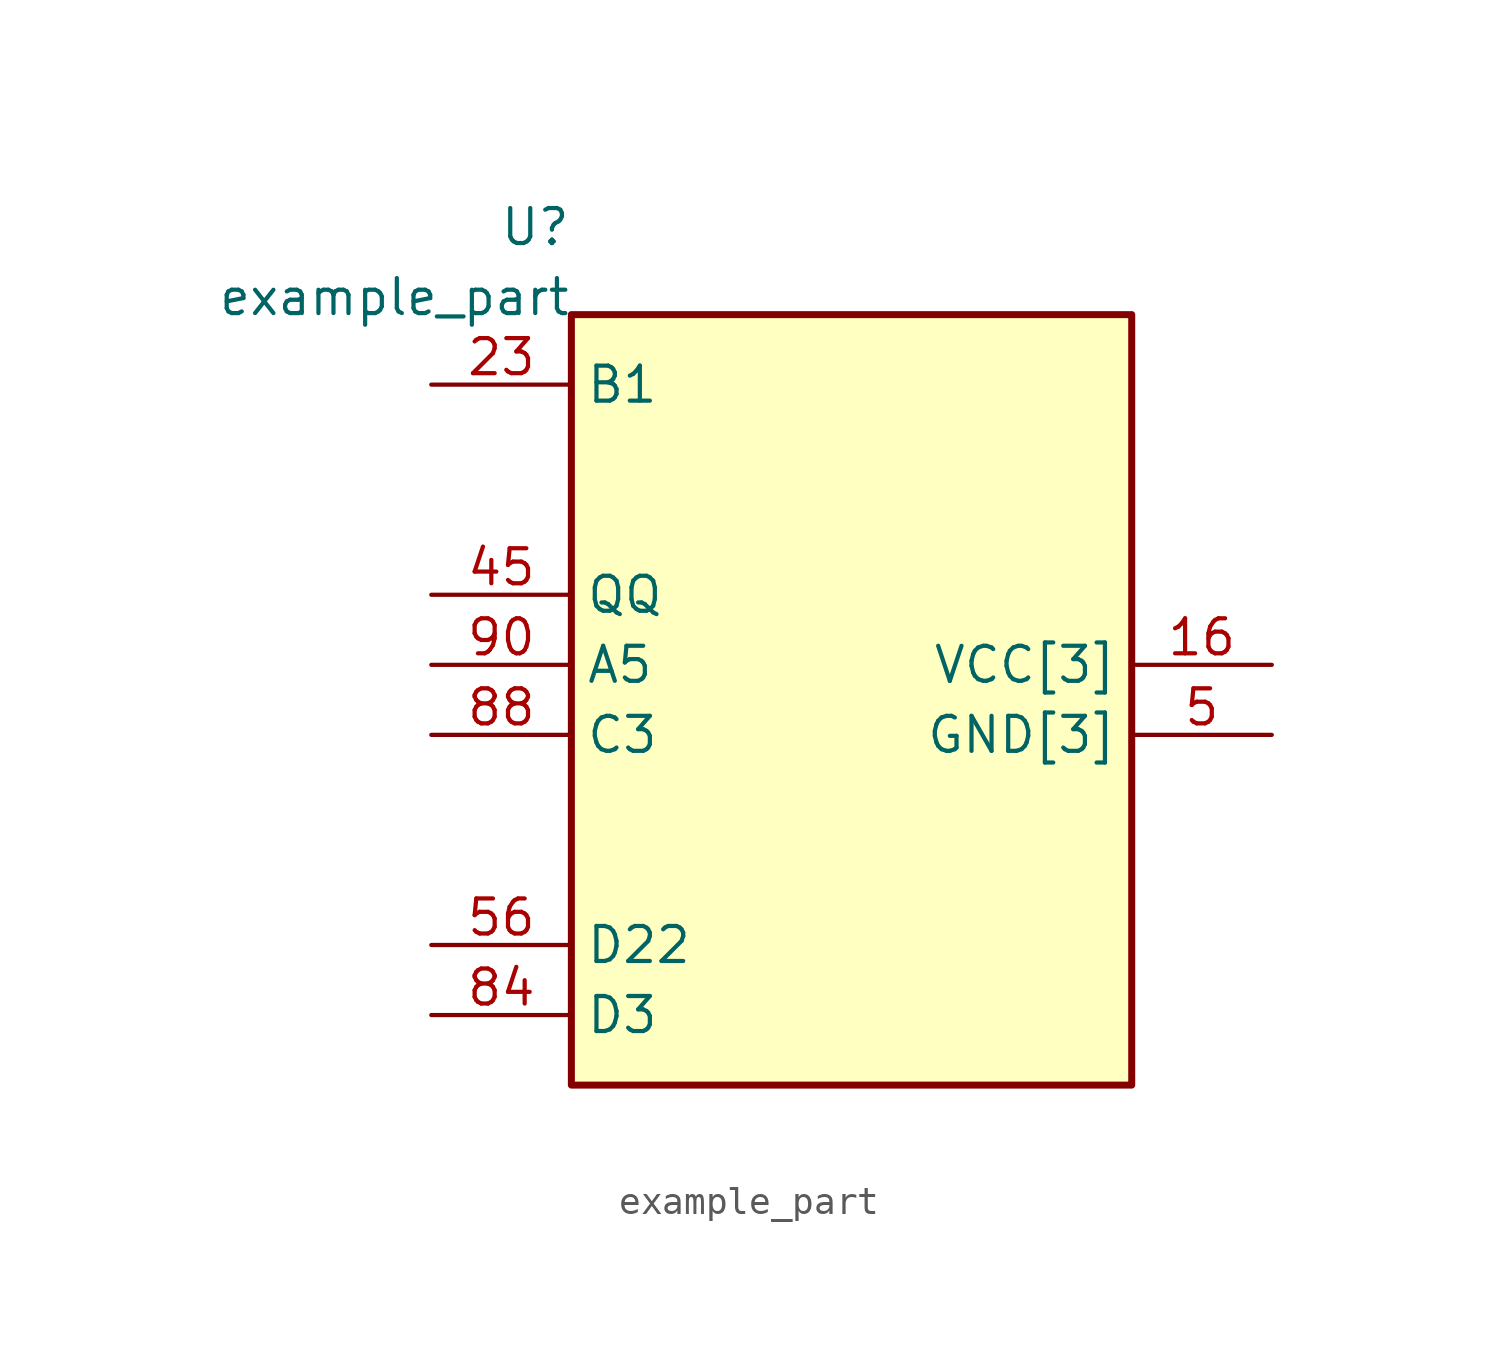
<source format=kicad_sym>
(kicad_symbol_lib
  (version 20241209)
  (generator "kicad_symbol_editor")
  (generator_version "8.0")
  (symbol "example_part"
    (property "Reference" "U"
      (at -10.16 17.145 0)
      (effects (font (size 1.27 1.27)) (justify right) (hide no)))
    (property "Value" "example_part"
      (at -10.16 14.605 0)
      (effects (font (size 1.27 1.27)) (justify right) (hide no)))
    (symbol "example_part_1_1"
      (rectangle (start -10.16 -13.97) (end 10.16 13.97) (stroke (width 0.254) (type solid)) (fill (type background)))
      (pin input line (at -15.24 11.43 0) (length 5.08) (name "B1" (effects (font (size 1.27 1.27)))) (number "23" (effects (font (size 1.27 1.27)))))
      (pin input line (at -15.24 3.81 0) (length 5.08) (name "QQ" (effects (font (size 1.27 1.27)))) (number "45" (effects (font (size 1.27 1.27)))))
      (pin output line (at -15.24 1.27 0) (length 5.08) (name "A5" (effects (font (size 1.27 1.27)))) (number "90" (effects (font (size 1.27 1.27)))))
      (pin bidirectional line (at -15.24 -1.27 0) (length 5.08) (name "C3" (effects (font (size 1.27 1.27)))) (number "88" (effects (font (size 1.27 1.27)))))
      (pin tri_state line (at -15.24 -8.89 0) (length 5.08) (name "D22" (effects (font (size 1.27 1.27)))) (number "56" (effects (font (size 1.27 1.27)))))
      (pin tri_state line (at -15.24 -11.43 0) (length 5.08) (name "D3" (effects (font (size 1.27 1.27)))) (number "84" (effects (font (size 1.27 1.27)))))
      (pin power_in line (at 15.24 1.27 180) (length 5.08) (name "VCC[3]" (effects (font (size 1.27 1.27)))) (number "16" (effects (font (size 1.27 1.27)))))
      (pin power_in line (at 15.24 1.27 180) (length 5.08) (hide yes) (name "VCC[3]" (effects (font (size 1.27 1.27)))) (number "29" (effects (font (size 1.27 1.27)))))
      (pin power_in line (at 15.24 1.27 180) (length 5.08) (hide yes) (name "VCC[3]" (effects (font (size 1.27 1.27)))) (number "99" (effects (font (size 1.27 1.27)))))
      (pin power_in line (at 15.24 -1.27 180) (length 5.08) (name "GND[3]" (effects (font (size 1.27 1.27)))) (number "5" (effects (font (size 1.27 1.27)))))
      (pin power_in line (at 15.24 -1.27 180) (length 5.08) (hide yes) (name "GND[3]" (effects (font (size 1.27 1.27)))) (number "98" (effects (font (size 1.27 1.27)))))
      (pin power_in line (at 15.24 -1.27 180) (length 5.08) (hide yes) (name "GND[3]" (effects (font (size 1.27 1.27)))) (number "59" (effects (font (size 1.27 1.27))))))))
</source>
